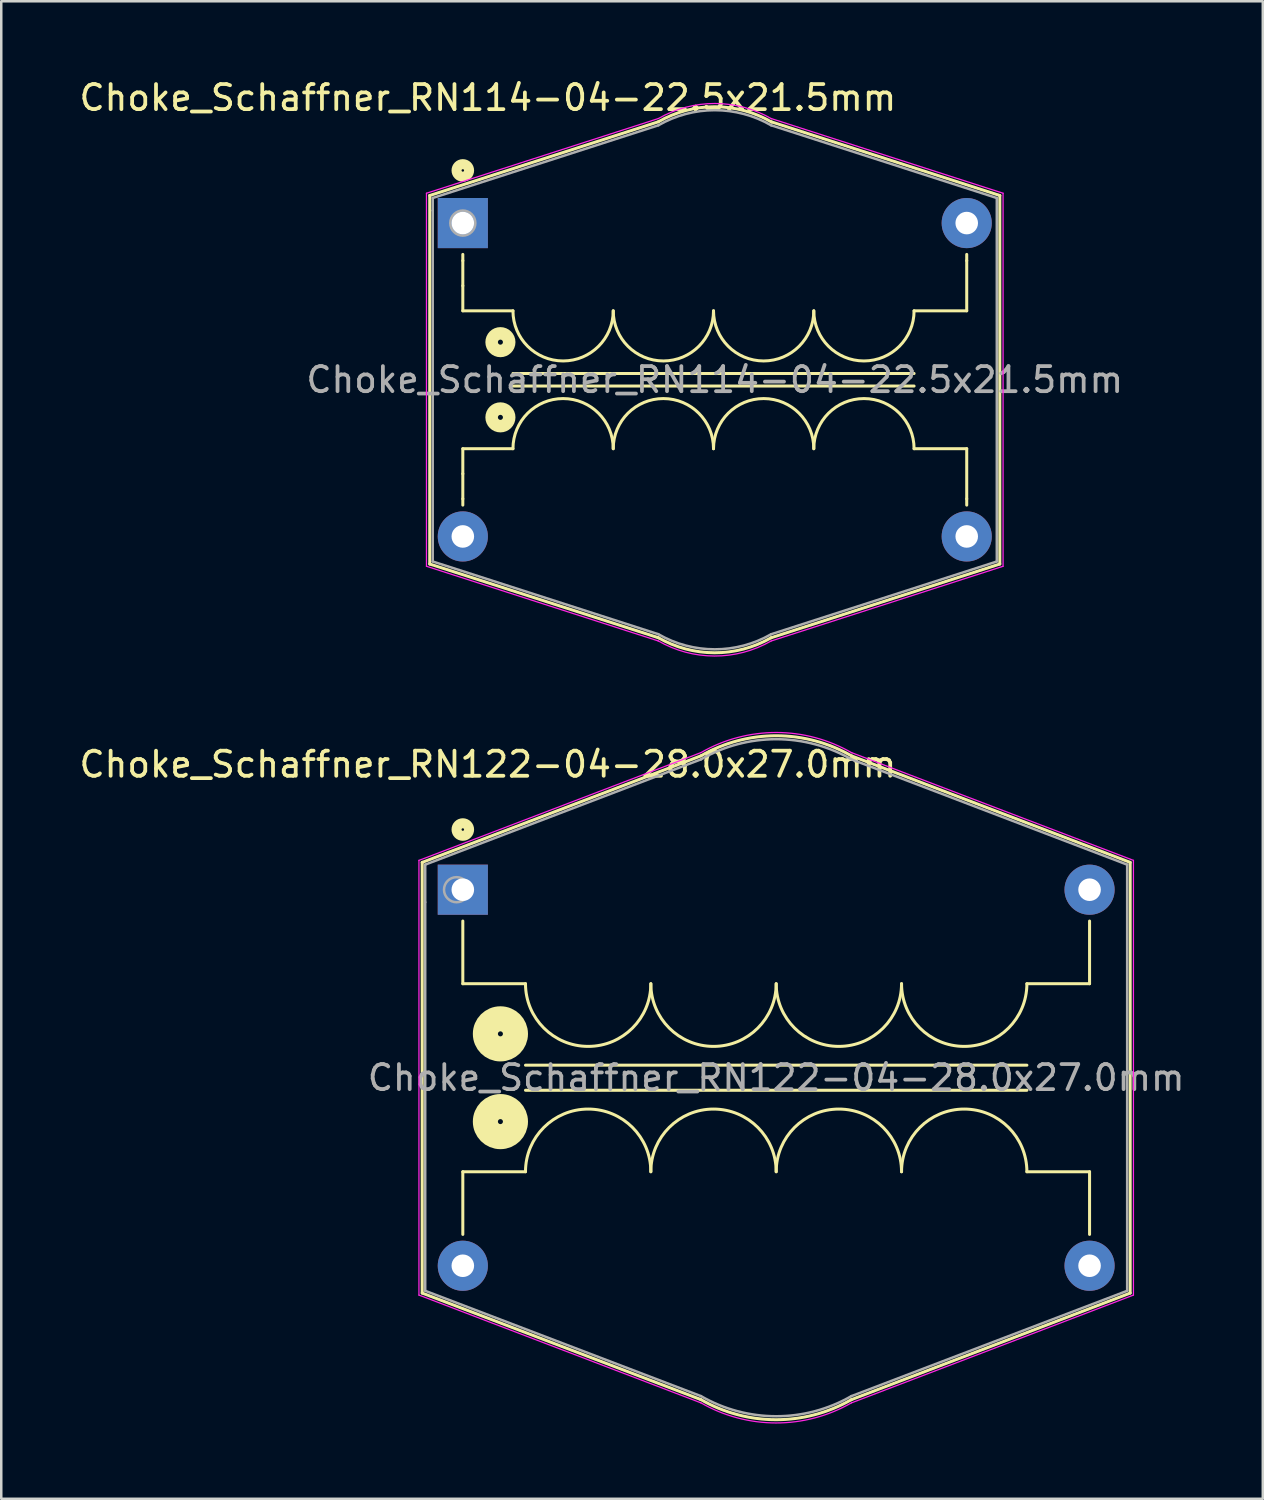
<source format=kicad_pcb>
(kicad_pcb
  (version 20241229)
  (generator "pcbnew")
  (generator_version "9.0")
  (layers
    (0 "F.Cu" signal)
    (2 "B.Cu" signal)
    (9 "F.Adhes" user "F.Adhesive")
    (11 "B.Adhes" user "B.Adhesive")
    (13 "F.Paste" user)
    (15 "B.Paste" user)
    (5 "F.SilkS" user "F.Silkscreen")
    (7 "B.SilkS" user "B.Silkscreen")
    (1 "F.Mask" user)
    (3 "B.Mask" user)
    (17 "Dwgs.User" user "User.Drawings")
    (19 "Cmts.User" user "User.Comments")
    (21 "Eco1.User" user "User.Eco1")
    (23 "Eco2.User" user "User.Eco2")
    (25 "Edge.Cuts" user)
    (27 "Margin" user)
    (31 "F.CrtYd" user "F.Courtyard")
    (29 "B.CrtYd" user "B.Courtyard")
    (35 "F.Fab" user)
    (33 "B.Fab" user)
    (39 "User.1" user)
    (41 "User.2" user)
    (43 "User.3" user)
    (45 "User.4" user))
  (footprint "Choke_Schaffner_RN114-04-22.5x21.5mm"
    (layer "F.Cu")
    (at 15.411 5.848)
    (property "Reference" "Choke_Schaffner_RN114-04-22.5x21.5mm" (at 1 -5 0) (layer "F.SilkS") (effects (font (size 1 1) (thickness 0.15))))
    (attr through_hole)
    (fp_line (start -1.32 -1.1) (end 7.8 -4.04) (stroke (width 0.12) (type solid)) (layer "F.SilkS"))
    (fp_line (start -1.32 13.6) (end -1.32 -1.1) (stroke (width 0.12) (type solid)) (layer "F.SilkS"))
    (fp_line (start 0 1.5) (end 0 1.25) (stroke (width 0.12) (type solid)) (layer "F.SilkS"))
    (fp_line (start 0 2.5) (end 0 1.5) (stroke (width 0.12) (type solid)) (layer "F.SilkS"))
    (fp_line (start 0 3.5) (end 0 2.5) (stroke (width 0.12) (type solid)) (layer "F.SilkS"))
    (fp_line (start 0 9) (end 0 10) (stroke (width 0.12) (type solid)) (layer "F.SilkS"))
    (fp_line (start 0 10) (end 0 11) (stroke (width 0.12) (type solid)) (layer "F.SilkS"))
    (fp_line (start 0 11) (end 0 11.25) (stroke (width 0.12) (type solid)) (layer "F.SilkS"))
    (fp_line (start 2 3.5) (end 0 3.5) (stroke (width 0.12) (type solid)) (layer "F.SilkS"))
    (fp_line (start 2 6) (end 18 6) (stroke (width 0.12) (type solid)) (layer "F.SilkS"))
    (fp_line (start 2 9) (end 0 9) (stroke (width 0.12) (type solid)) (layer "F.SilkS"))
    (fp_line (start 7.8 16.54) (end -1.32 13.6) (stroke (width 0.12) (type solid)) (layer "F.SilkS"))
    (fp_line (start 12.3 -4.04) (end 21.42 -1.1) (stroke (width 0.12) (type solid)) (layer "F.SilkS"))
    (fp_line (start 18 3.5) (end 20.1 3.5) (stroke (width 0.12) (type solid)) (layer "F.SilkS"))
    (fp_line (start 18 6.5) (end 2 6.5) (stroke (width 0.12) (type solid)) (layer "F.SilkS"))
    (fp_line (start 20.1 1.5) (end 20.1 1.25) (stroke (width 0.12) (type solid)) (layer "F.SilkS"))
    (fp_line (start 20.1 3.5) (end 20.1 1.5) (stroke (width 0.12) (type solid)) (layer "F.SilkS"))
    (fp_line (start 20.1 9) (end 18 9) (stroke (width 0.12) (type solid)) (layer "F.SilkS"))
    (fp_line (start 20.1 9) (end 20.1 11) (stroke (width 0.12) (type solid)) (layer "F.SilkS"))
    (fp_line (start 20.1 11) (end 20.1 11.25) (stroke (width 0.12) (type solid)) (layer "F.SilkS"))
    (fp_line (start 21.42 -1.1) (end 21.42 13.6) (stroke (width 0.12) (type solid)) (layer "F.SilkS"))
    (fp_line (start 21.42 13.6) (end 12.3 16.54) (stroke (width 0.12) (type solid)) (layer "F.SilkS"))
    (fp_arc (start 2 9) (mid 4 7) (end 6 9) (stroke (width 0.12) (type solid)) (layer "F.SilkS"))
    (fp_arc (start 6 3.5) (mid 4 5.5) (end 2 3.5) (stroke (width 0.12) (type solid)) (layer "F.SilkS"))
    (fp_arc (start 6 9) (mid 8 7) (end 10 9) (stroke (width 0.12) (type solid)) (layer "F.SilkS"))
    (fp_arc (start 7.8 -4.04) (mid 10.061443 -4.63982) (end 12.31982 -4.028557) (stroke (width 0.12) (type solid)) (layer "F.SilkS"))
    (fp_arc (start 10 3.5) (mid 8 5.5) (end 6 3.5) (stroke (width 0.12) (type solid)) (layer "F.SilkS"))
    (fp_arc (start 10 9) (mid 12 7) (end 14 9) (stroke (width 0.12) (type solid)) (layer "F.SilkS"))
    (fp_arc (start 12.3 16.54) (mid 10.038557 17.13982) (end 7.78018 16.528557) (stroke (width 0.12) (type solid)) (layer "F.SilkS"))
    (fp_arc (start 14 3.5) (mid 12 5.5) (end 10 3.5) (stroke (width 0.12) (type solid)) (layer "F.SilkS"))
    (fp_arc (start 14 9) (mid 16 7) (end 18 9) (stroke (width 0.12) (type solid)) (layer "F.SilkS"))
    (fp_arc (start 18 3.5) (mid 16 5.5) (end 14 3.5) (stroke (width 0.12) (type solid)) (layer "F.SilkS"))
    (fp_circle (center 0 -2.1) (end 0.05 -2.1) (stroke (width 0.4) (type solid)) (fill no) (layer "F.SilkS"))
    (fp_circle (center 1.5 4.75) (end 1.6 4.75) (stroke (width 0.5) (type solid)) (fill no) (layer "F.SilkS"))
    (fp_circle (center 1.5 7.75) (end 1.6 7.75) (stroke (width 0.5) (type solid)) (fill no) (layer "F.SilkS"))
    (fp_line (start -1.45 -1.19) (end 7.8 -4.17) (stroke (width 0.05) (type solid)) (layer "F.CrtYd"))
    (fp_line (start -1.45 13.69) (end -1.45 -1.19) (stroke (width 0.05) (type solid)) (layer "F.CrtYd"))
    (fp_line (start 7.8 16.67) (end -1.45 13.69) (stroke (width 0.05) (type solid)) (layer "F.CrtYd"))
    (fp_line (start 12.3 -4.17) (end 21.55 -1.19) (stroke (width 0.05) (type solid)) (layer "F.CrtYd"))
    (fp_line (start 21.55 -1.19) (end 21.55 13.69) (stroke (width 0.05) (type solid)) (layer "F.CrtYd"))
    (fp_line (start 21.55 13.69) (end 12.3 16.67) (stroke (width 0.05) (type solid)) (layer "F.CrtYd"))
    (fp_arc (start 7.8 -4.17) (mid 10.061443 -4.76982) (end 12.31982 -4.158557) (stroke (width 0.05) (type solid)) (layer "F.CrtYd"))
    (fp_arc (start 12.3 16.67) (mid 10.038557 17.26982) (end 7.78018 16.658557) (stroke (width 0.05) (type solid)) (layer "F.CrtYd"))
    (fp_line (start -1.2 -1) (end 7.8 -3.9) (stroke (width 0.1) (type solid)) (layer "F.Fab"))
    (fp_line (start -1.2 -0.5) (end -1.2 -1) (stroke (width 0.1) (type solid)) (layer "F.Fab"))
    (fp_line (start -1.2 13.5) (end -1.2 -0.5) (stroke (width 0.1) (type solid)) (layer "F.Fab"))
    (fp_line (start 7.8 16.4) (end -1.2 13.5) (stroke (width 0.1) (type solid)) (layer "F.Fab"))
    (fp_line (start 12.3 -3.9) (end 21.3 -1) (stroke (width 0.1) (type solid)) (layer "F.Fab"))
    (fp_line (start 21.3 -1) (end 21.3 13.5) (stroke (width 0.1) (type solid)) (layer "F.Fab"))
    (fp_line (start 21.3 13.5) (end 12.3 16.4) (stroke (width 0.1) (type solid)) (layer "F.Fab"))
    (fp_arc (start 7.8 -3.9) (mid 10.051443 -4.502499) (end 12.302499 -3.898557) (stroke (width 0.1) (type solid)) (layer "F.Fab"))
    (fp_arc (start 12.3 16.4) (mid 10.048557 17.002499) (end 7.797501 16.398557) (stroke (width 0.1) (type solid)) (layer "F.Fab"))
    (fp_circle (center 0 0) (end 0.5 0) (stroke (width 0.1) (type solid)) (fill no) (layer "F.Fab"))
    (fp_text user "${REFERENCE}" (at 10.05 6.25 0) (layer "F.Fab") (effects (font (size 1 1) (thickness 0.15))))
    (pad "1" thru_hole rect (at 0 0) (size 2 2) (drill 0.9) (layers "*.Cu" "*.Mask"))
    (pad "2" thru_hole circle (at 20.1 0) (size 2 2) (drill 0.9) (layers "*.Cu" "*.Mask"))
    (pad "3" thru_hole circle (at 0 12.5) (size 2 2) (drill 0.9) (layers "*.Cu" "*.Mask"))
    (pad "4" thru_hole circle (at 20.1 12.5) (size 2 2) (drill 0.9) (layers "*.Cu" "*.Mask")))
  (footprint "Choke_Schaffner_RN122-04-28.0x27.0mm"
    (layer "F.Cu")
    (at 15.411 32.439)
    (property "Reference" "Choke_Schaffner_RN122-04-28.0x27.0mm" (at 1 -5 0) (layer "F.SilkS") (effects (font (size 1 1) (thickness 0.15))))
    (attr through_hole)
    (fp_line (start -1.62 -1.09) (end 9.5 -5.34) (stroke (width 0.12) (type solid)) (layer "F.SilkS"))
    (fp_line (start -1.62 16.09) (end -1.62 -1.09) (stroke (width 0.12) (type solid)) (layer "F.SilkS"))
    (fp_line (start 0 3.75) (end 0 1.25) (stroke (width 0.12) (type solid)) (layer "F.SilkS"))
    (fp_line (start 0 3.75) (end 2.5 3.75) (stroke (width 0.12) (type solid)) (layer "F.SilkS"))
    (fp_line (start 0 11.25) (end 0 13.75) (stroke (width 0.12) (type solid)) (layer "F.SilkS"))
    (fp_line (start 2.5 7) (end 22.5 7) (stroke (width 0.12) (type solid)) (layer "F.SilkS"))
    (fp_line (start 2.5 11.25) (end 0 11.25) (stroke (width 0.12) (type solid)) (layer "F.SilkS"))
    (fp_line (start 9.5 20.34) (end -1.62 16.09) (stroke (width 0.12) (type solid)) (layer "F.SilkS"))
    (fp_line (start 15.5 -5.34) (end 26.62 -1.09) (stroke (width 0.12) (type solid)) (layer "F.SilkS"))
    (fp_line (start 22.5 3.75) (end 25 3.75) (stroke (width 0.12) (type solid)) (layer "F.SilkS"))
    (fp_line (start 22.5 8) (end 2.5 8) (stroke (width 0.12) (type solid)) (layer "F.SilkS"))
    (fp_line (start 25 3.75) (end 25 1.25) (stroke (width 0.12) (type solid)) (layer "F.SilkS"))
    (fp_line (start 25 11.25) (end 22.5 11.25) (stroke (width 0.12) (type solid)) (layer "F.SilkS"))
    (fp_line (start 25 11.25) (end 25 13.75) (stroke (width 0.12) (type solid)) (layer "F.SilkS"))
    (fp_line (start 26.62 -1.09) (end 26.62 16.09) (stroke (width 0.12) (type solid)) (layer "F.SilkS"))
    (fp_line (start 26.62 16.09) (end 15.5 20.34) (stroke (width 0.12) (type solid)) (layer "F.SilkS"))
    (fp_arc (start 2.5 11.25) (mid 5 8.75) (end 7.5 11.25) (stroke (width 0.12) (type solid)) (layer "F.SilkS"))
    (fp_arc (start 7.5 3.75) (mid 5 6.25) (end 2.5 3.75) (stroke (width 0.12) (type solid)) (layer "F.SilkS"))
    (fp_arc (start 7.5 11.25) (mid 10 8.75) (end 12.5 11.25) (stroke (width 0.12) (type solid)) (layer "F.SilkS"))
    (fp_arc (start 9.5 -5.34) (mid 12.511924 -6.140653) (end 15.520653 -5.328076) (stroke (width 0.12) (type solid)) (layer "F.SilkS"))
    (fp_arc (start 12.5 3.75) (mid 10 6.25) (end 7.5 3.75) (stroke (width 0.12) (type solid)) (layer "F.SilkS"))
    (fp_arc (start 12.5 11.25) (mid 15 8.75) (end 17.5 11.25) (stroke (width 0.12) (type solid)) (layer "F.SilkS"))
    (fp_arc (start 15.5 20.34) (mid 12.488076 21.140653) (end 9.479347 20.328076) (stroke (width 0.12) (type solid)) (layer "F.SilkS"))
    (fp_arc (start 17.5 3.75) (mid 15 6.25) (end 12.5 3.75) (stroke (width 0.12) (type solid)) (layer "F.SilkS"))
    (fp_arc (start 17.5 11.25) (mid 20 8.75) (end 22.5 11.25) (stroke (width 0.12) (type solid)) (layer "F.SilkS"))
    (fp_arc (start 22.5 3.75) (mid 20 6.25) (end 17.5 3.75) (stroke (width 0.12) (type solid)) (layer "F.SilkS"))
    (fp_circle (center 0 -2.4) (end 0.05 -2.4) (stroke (width 0.4) (type solid)) (fill no) (layer "F.SilkS"))
    (fp_circle (center 1.5 5.75) (end 1.6 5.75) (stroke (width 1) (type solid)) (fill no) (layer "F.SilkS"))
    (fp_circle (center 1.5 9.25) (end 1.6 9.25) (stroke (width 1) (type solid)) (fill no) (layer "F.SilkS"))
    (fp_line (start -1.75 -1.17) (end 9.5 -5.47) (stroke (width 0.05) (type solid)) (layer "F.CrtYd"))
    (fp_line (start -1.75 16.17) (end -1.75 -1.17) (stroke (width 0.05) (type solid)) (layer "F.CrtYd"))
    (fp_line (start 9.5 20.47) (end -1.75 16.17) (stroke (width 0.05) (type solid)) (layer "F.CrtYd"))
    (fp_line (start 15.5 -5.47) (end 26.75 -1.17) (stroke (width 0.05) (type solid)) (layer "F.CrtYd"))
    (fp_line (start 26.75 -1.17) (end 26.75 16.17) (stroke (width 0.05) (type solid)) (layer "F.CrtYd"))
    (fp_line (start 26.75 16.17) (end 15.5 20.47) (stroke (width 0.05) (type solid)) (layer "F.CrtYd"))
    (fp_arc (start 9.5 -5.47) (mid 12.511924 -6.270653) (end 15.520653 -5.458076) (stroke (width 0.05) (type solid)) (layer "F.CrtYd"))
    (fp_arc (start 15.5 20.47) (mid 12.488076 21.270653) (end 9.479347 20.458076) (stroke (width 0.05) (type solid)) (layer "F.CrtYd"))
    (fp_line (start -1.5 -1) (end 9.5 -5.2) (stroke (width 0.1) (type solid)) (layer "F.Fab"))
    (fp_line (start -1.5 0.5) (end -1.5 -1) (stroke (width 0.1) (type solid)) (layer "F.Fab"))
    (fp_line (start -1.5 16) (end -1.5 0.5) (stroke (width 0.1) (type solid)) (layer "F.Fab"))
    (fp_line (start 9.5 20.2) (end -1.5 16) (stroke (width 0.1) (type solid)) (layer "F.Fab"))
    (fp_line (start 15.5 -5.2) (end 26.5 -1) (stroke (width 0.1) (type solid)) (layer "F.Fab"))
    (fp_line (start 26.5 -1) (end 26.5 16) (stroke (width 0.1) (type solid)) (layer "F.Fab"))
    (fp_line (start 26.5 16) (end 15.5 20.2) (stroke (width 0.1) (type solid)) (layer "F.Fab"))
    (fp_arc (start 9.5 -5.2) (mid 12.501924 -6.003332) (end 15.503332 -5.198076) (stroke (width 0.1) (type solid)) (layer "F.Fab"))
    (fp_arc (start 15.5 20.2) (mid 12.498076 21.003332) (end 9.496668 20.198076) (stroke (width 0.1) (type solid)) (layer "F.Fab"))
    (fp_circle (center -0.25 0) (end 0.25 0) (stroke (width 0.1) (type solid)) (fill no) (layer "F.Fab"))
    (fp_text user "${REFERENCE}" (at 12.5 7.5 0) (layer "F.Fab") (effects (font (size 1 1) (thickness 0.15))))
    (pad "1" thru_hole rect (at 0 0) (size 2 2) (drill 0.9) (layers "*.Cu" "*.Mask"))
    (pad "2" thru_hole circle (at 25 0) (size 2 2) (drill 0.9) (layers "*.Cu" "*.Mask"))
    (pad "3" thru_hole circle (at 0 15) (size 2 2) (drill 0.9) (layers "*.Cu" "*.Mask"))
    (pad "4" thru_hole circle (at 25 15) (size 2 2) (drill 0.9) (layers "*.Cu" "*.Mask")))
  (gr_rect
    (start -3 -3)
    (end 47.321 56.734)
    (stroke (width 0.1) (type default))
    (fill no)
    (layer "Edge.Cuts")))
</source>
